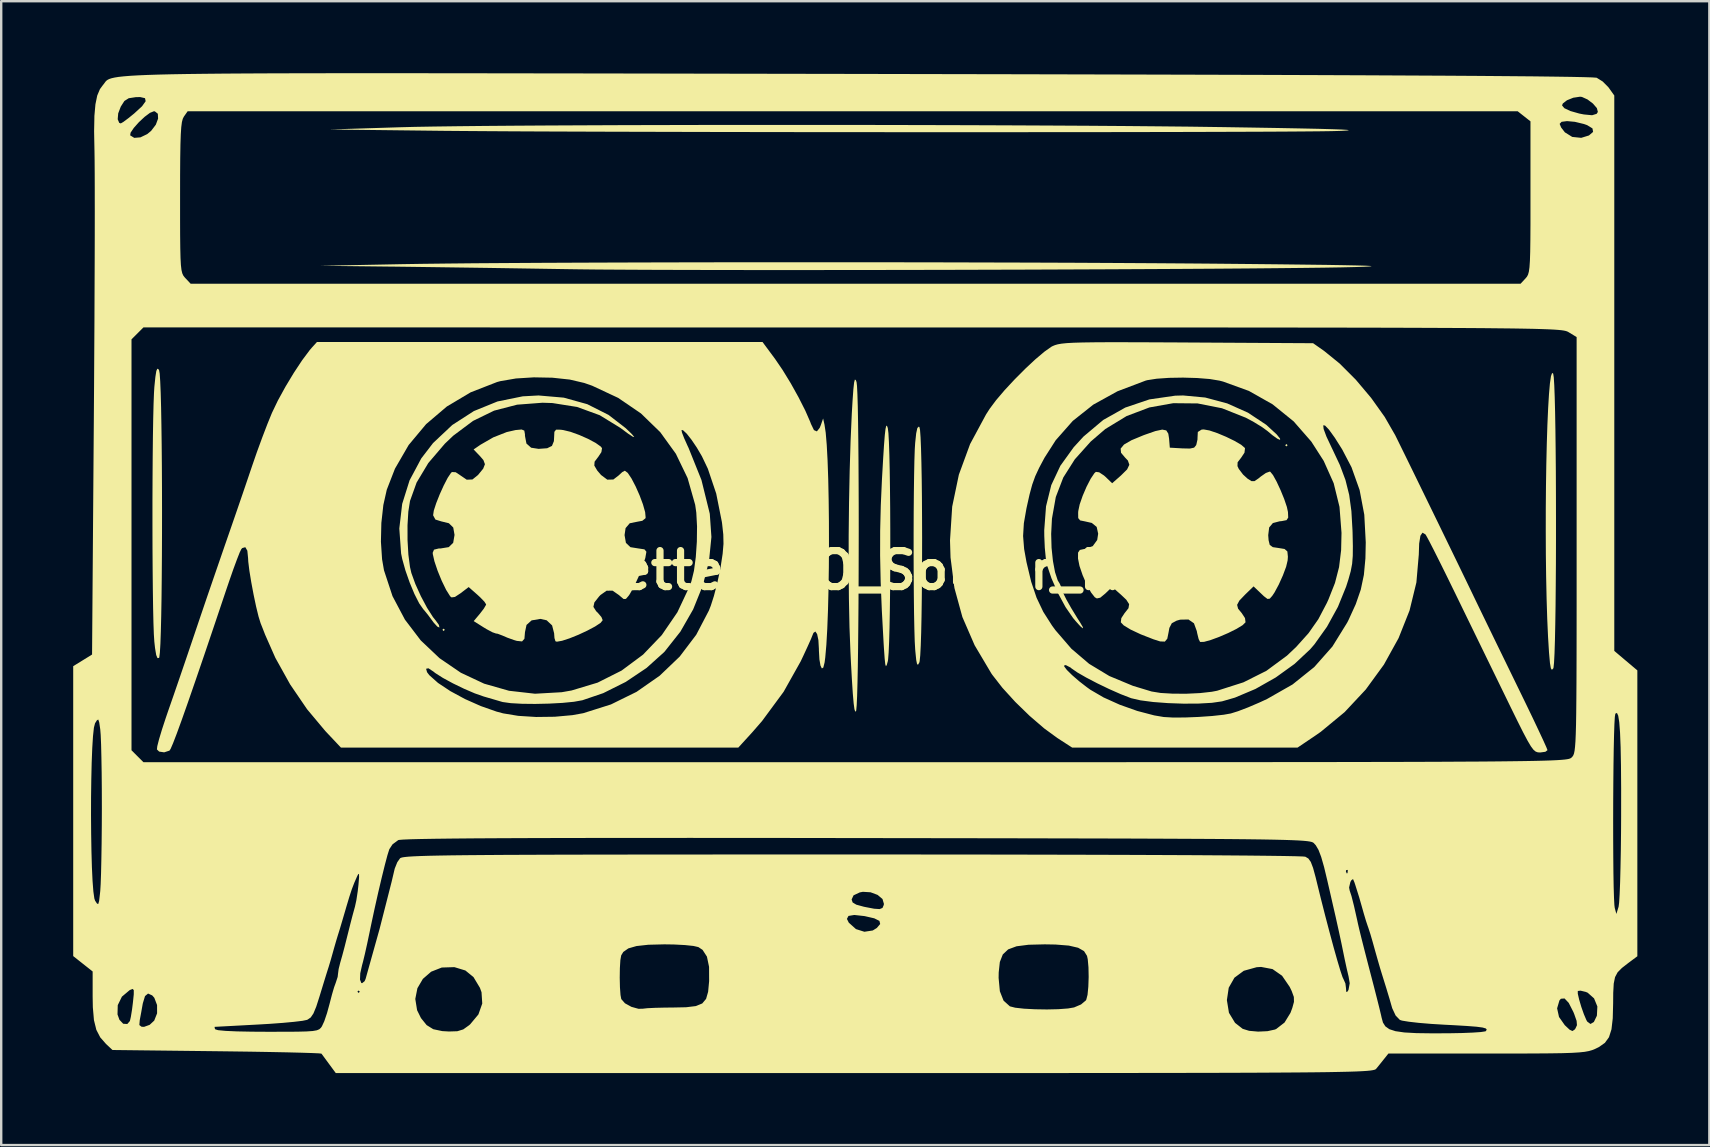
<source format=kicad_pcb>
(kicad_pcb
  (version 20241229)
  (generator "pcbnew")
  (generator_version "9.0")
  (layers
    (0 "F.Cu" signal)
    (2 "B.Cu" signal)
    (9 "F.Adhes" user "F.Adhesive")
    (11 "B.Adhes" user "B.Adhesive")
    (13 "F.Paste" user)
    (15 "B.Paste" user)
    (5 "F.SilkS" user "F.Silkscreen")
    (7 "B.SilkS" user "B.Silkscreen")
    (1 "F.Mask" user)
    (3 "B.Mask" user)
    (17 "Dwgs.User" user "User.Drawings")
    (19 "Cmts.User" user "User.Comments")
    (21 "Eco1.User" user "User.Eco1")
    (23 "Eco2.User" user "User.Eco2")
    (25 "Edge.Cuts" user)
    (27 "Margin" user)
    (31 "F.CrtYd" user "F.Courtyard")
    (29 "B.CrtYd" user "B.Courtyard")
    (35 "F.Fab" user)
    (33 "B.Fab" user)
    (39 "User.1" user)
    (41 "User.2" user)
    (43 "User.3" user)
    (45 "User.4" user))
  (footprint "Cassette_SAO_Solder_Mask"
    (layer "F.Cu")
    (at 32.484 20.712)
    (property "Reference" "Cassette_SAO_Solder_Mask" (at 0 0 0) (layer "F.SilkS") (effects (font (size 1.5 1.5) (thickness 0.3))))
    (attr board_only exclude_from_pos_files exclude_from_bom)
    (fp_poly (pts (xy -17.001 2.479) (xy -17.051 2.53) (xy -17.102 2.479) (xy -17.051 2.429)) (stroke (width 0) (type solid)) (fill yes) (layer "F.SilkS"))
    (fp_poly (pts (xy 18.114 -5.212) (xy 18.063 -5.161) (xy 18.013 -5.212) (xy 18.063 -5.262)) (stroke (width 0) (type solid)) (fill yes) (layer "F.SilkS"))
    (fp_poly (pts (xy 1.454 -5.933) (xy 1.457 -5.92) (xy 1.482 -5.718) (xy 1.503 -5.341) (xy 1.521 -4.813) (xy 1.536 -4.161) (xy 1.547 -3.411) (xy 1.555 -2.59) (xy 1.559 -1.723) (xy 1.56 -0.836) (xy 1.557 0.043) (xy 1.551 0.891) (xy 1.541 1.679) (xy 1.528 2.382) (xy 1.511 2.974) (xy 1.491 3.429) (xy 1.468 3.72) (xy 1.455 3.795) (xy 1.411 3.95) (xy 1.377 3.996) (xy 1.35 3.91) (xy 1.325 3.672) (xy 1.296 3.261) (xy 1.282 3.036) (xy 1.208 1.686) (xy 1.159 0.487) (xy 1.136 -0.611) (xy 1.138 -1.658) (xy 1.164 -2.704) (xy 1.213 -3.799) (xy 1.218 -3.885) (xy 1.262 -4.647) (xy 1.299 -5.224) (xy 1.331 -5.633) (xy 1.361 -5.891) (xy 1.39 -6.016) (xy 1.42 -6.024)) (stroke (width 0) (type solid)) (fill yes) (layer "F.SilkS"))
    (fp_poly (pts (xy 2.773 -5.97) (xy 2.799 -5.846) (xy 2.821 -5.543) (xy 2.84 -5.086) (xy 2.856 -4.5) (xy 2.869 -3.809) (xy 2.878 -3.037) (xy 2.883 -2.208) (xy 2.886 -1.347) (xy 2.884 -0.478) (xy 2.88 0.374) (xy 2.872 1.186) (xy 2.861 1.933) (xy 2.847 2.591) (xy 2.829 3.135) (xy 2.808 3.542) (xy 2.783 3.786) (xy 2.771 3.838) (xy 2.715 3.934) (xy 2.675 3.907) (xy 2.64 3.733) (xy 2.605 3.385) (xy 2.597 3.292) (xy 2.578 2.957) (xy 2.563 2.451) (xy 2.55 1.806) (xy 2.541 1.054) (xy 2.535 0.226) (xy 2.532 -0.647) (xy 2.532 -1.532) (xy 2.535 -2.399) (xy 2.542 -3.215) (xy 2.552 -3.949) (xy 2.564 -4.57) (xy 2.58 -5.045) (xy 2.596 -5.302) (xy 2.639 -5.708) (xy 2.688 -5.93) (xy 2.747 -5.987)) (stroke (width 0) (type solid)) (fill yes) (layer "F.SilkS"))
    (fp_poly (pts (xy 0.122 -7.928) (xy 0.154 -7.843) (xy 0.173 -7.68) (xy 0.19 -7.338) (xy 0.205 -6.836) (xy 0.217 -6.196) (xy 0.227 -5.439) (xy 0.235 -4.585) (xy 0.24 -3.655) (xy 0.244 -2.67) (xy 0.245 -1.651) (xy 0.243 -0.619) (xy 0.24 0.406) (xy 0.235 1.402) (xy 0.227 2.349) (xy 0.218 3.227) (xy 0.207 4.013) (xy 0.193 4.688) (xy 0.178 5.23) (xy 0.16 5.619) (xy 0.141 5.833) (xy 0.134 5.864) (xy 0.099 5.889) (xy 0.066 5.785) (xy 0.033 5.538) (xy -0.002 5.134) (xy -0.039 4.561) (xy -0.081 3.805) (xy -0.101 3.388) (xy -0.14 2.363) (xy -0.164 1.183) (xy -0.175 -0.105) (xy -0.174 -1.454) (xy -0.159 -2.817) (xy -0.132 -4.148) (xy -0.094 -5.399) (xy -0.044 -6.524) (xy -0.011 -7.084) (xy 0.022 -7.546) (xy 0.053 -7.827) (xy 0.084 -7.947)) (stroke (width 0) (type solid)) (fill yes) (layer "F.SilkS"))
    (fp_poly (pts (xy 29.18 -8.192) (xy 29.204 -8.037) (xy 29.225 -7.703) (xy 29.243 -7.213) (xy 29.259 -6.588) (xy 29.272 -5.849) (xy 29.282 -5.02) (xy 29.29 -4.122) (xy 29.294 -3.176) (xy 29.296 -2.205) (xy 29.296 -1.231) (xy 29.293 -0.275) (xy 29.286 0.64) (xy 29.278 1.493) (xy 29.266 2.262) (xy 29.252 2.924) (xy 29.235 3.458) (xy 29.215 3.843) (xy 29.193 4.055) (xy 29.183 4.087) (xy 29.126 4.146) (xy 29.082 4.08) (xy 29.045 3.864) (xy 29.01 3.473) (xy 29.006 3.429) (xy 28.965 2.769) (xy 28.931 2.013) (xy 28.905 1.178) (xy 28.886 0.284) (xy 28.874 -0.651) (xy 28.87 -1.608) (xy 28.871 -2.568) (xy 28.879 -3.512) (xy 28.893 -4.421) (xy 28.913 -5.276) (xy 28.938 -6.059) (xy 28.969 -6.75) (xy 29.004 -7.331) (xy 29.043 -7.783) (xy 29.087 -8.087) (xy 29.135 -8.224)) (stroke (width 0) (type solid)) (fill yes) (layer "F.SilkS"))
    (fp_poly (pts (xy -28.925 -8.371) (xy -28.907 -8.342) (xy -28.881 -8.2) (xy -28.859 -7.879) (xy -28.839 -7.402) (xy -28.822 -6.79) (xy -28.809 -6.065) (xy -28.798 -5.25) (xy -28.79 -4.366) (xy -28.785 -3.436) (xy -28.783 -2.48) (xy -28.784 -1.521) (xy -28.788 -0.582) (xy -28.795 0.317) (xy -28.804 1.153) (xy -28.817 1.905) (xy -28.833 2.55) (xy -28.851 3.066) (xy -28.873 3.432) (xy -28.897 3.625) (xy -28.907 3.649) (xy -28.972 3.659) (xy -29.026 3.529) (xy -29.075 3.234) (xy -29.104 2.971) (xy -29.124 2.664) (xy -29.141 2.183) (xy -29.155 1.554) (xy -29.166 0.803) (xy -29.174 -0.041) (xy -29.18 -0.952) (xy -29.182 -1.903) (xy -29.182 -2.866) (xy -29.178 -3.815) (xy -29.172 -4.722) (xy -29.163 -5.56) (xy -29.151 -6.302) (xy -29.136 -6.922) (xy -29.118 -7.391) (xy -29.103 -7.634) (xy -29.06 -8.058) (xy -29.021 -8.305) (xy -28.978 -8.401)) (stroke (width 0) (type solid)) (fill yes) (layer "F.SilkS"))
    (fp_poly (pts (xy -12.044 -7.194) (xy -11.066 -6.922) (xy -10.178 -6.474) (xy -9.462 -5.921) (xy -9.207 -5.675) (xy -9.108 -5.555) (xy -9.16 -5.561) (xy -9.362 -5.693) (xy -9.693 -5.938) (xy -10.546 -6.462) (xy -11.49 -6.806) (xy -12.517 -6.969) (xy -12.931 -6.982) (xy -13.99 -6.901) (xy -14.948 -6.652) (xy -15.827 -6.224) (xy -16.649 -5.609) (xy -17.001 -5.274) (xy -17.689 -4.469) (xy -18.176 -3.657) (xy -18.451 -2.891) (xy -18.521 -2.446) (xy -18.555 -1.878) (xy -18.554 -1.256) (xy -18.519 -0.651) (xy -18.451 -0.134) (xy -18.395 0.11) (xy -18.228 0.572) (xy -17.999 1.077) (xy -17.743 1.558) (xy -17.494 1.949) (xy -17.374 2.099) (xy -17.247 2.275) (xy -17.225 2.382) (xy -17.225 2.384) (xy -17.312 2.346) (xy -17.461 2.183) (xy -17.518 2.106) (xy -17.707 1.851) (xy -17.871 1.65) (xy -17.895 1.625) (xy -18.069 1.376) (xy -18.267 0.986) (xy -18.465 0.51) (xy -18.642 0.005) (xy -18.776 -0.475) (xy -18.822 -0.701) (xy -18.897 -1.742) (xy -18.777 -2.767) (xy -18.469 -3.749) (xy -17.982 -4.662) (xy -17.491 -5.302) (xy -16.69 -6.055) (xy -15.79 -6.635) (xy -14.806 -7.035) (xy -13.754 -7.249) (xy -13.096 -7.285)) (stroke (width 0) (type solid)) (fill yes) (layer "F.SilkS"))
    (fp_poly (pts (xy 14.682 -7.199) (xy 15.597 -6.954) (xy 16.46 -6.569) (xy 17.221 -6.065) (xy 17.659 -5.662) (xy 17.799 -5.489) (xy 17.801 -5.433) (xy 17.687 -5.483) (xy 17.477 -5.633) (xy 17.284 -5.796) (xy 17.05 -5.967) (xy 16.71 -6.176) (xy 16.373 -6.358) (xy 15.38 -6.752) (xy 14.365 -6.953) (xy 13.35 -6.963) (xy 12.356 -6.786) (xy 11.405 -6.426) (xy 10.518 -5.886) (xy 9.909 -5.363) (xy 9.246 -4.622) (xy 8.767 -3.866) (xy 8.456 -3.055) (xy 8.295 -2.15) (xy 8.263 -1.518) (xy 8.279 -0.938) (xy 8.336 -0.391) (xy 8.424 0.078) (xy 8.536 0.42) (xy 8.617 0.552) (xy 8.699 0.736) (xy 8.703 0.775) (xy 8.755 0.931) (xy 8.895 1.214) (xy 9.101 1.579) (xy 9.349 1.985) (xy 9.468 2.171) (xy 9.584 2.369) (xy 9.583 2.419) (xy 9.477 2.331) (xy 9.278 2.111) (xy 9.175 1.987) (xy 8.861 1.532) (xy 8.549 0.956) (xy 8.276 0.334) (xy 8.094 -0.202) (xy 8.039 -0.507) (xy 7.997 -0.941) (xy 7.976 -1.432) (xy 7.974 -1.67) (xy 8.049 -2.666) (xy 8.267 -3.549) (xy 8.646 -4.356) (xy 9.201 -5.127) (xy 9.609 -5.572) (xy 10.43 -6.263) (xy 11.351 -6.781) (xy 12.356 -7.121) (xy 13.429 -7.276) (xy 13.762 -7.285)) (stroke (width 0) (type solid)) (fill yes) (layer "F.SilkS"))
    (fp_poly (pts (xy -0.671 -18.557) (xy 1.168 -18.555) (xy 2.993 -18.551) (xy 4.787 -18.546) (xy 6.535 -18.539) (xy 8.222 -18.531) (xy 9.832 -18.522) (xy 11.35 -18.511) (xy 12.76 -18.498) (xy 14.046 -18.485) (xy 15.194 -18.469) (xy 15.23 -18.469) (xy 16.558 -18.448) (xy 17.689 -18.429) (xy 18.63 -18.411) (xy 19.385 -18.395) (xy 19.961 -18.379) (xy 20.364 -18.365) (xy 20.599 -18.351) (xy 20.671 -18.337) (xy 20.588 -18.324) (xy 20.354 -18.31) (xy 20.239 -18.306) (xy 19.933 -18.298) (xy 19.437 -18.291) (xy 18.765 -18.285) (xy 17.93 -18.279) (xy 16.945 -18.274) (xy 15.823 -18.27) (xy 14.577 -18.266) (xy 13.22 -18.262) (xy 11.765 -18.26) (xy 10.225 -18.257) (xy 8.614 -18.256) (xy 6.944 -18.255) (xy 5.229 -18.254) (xy 3.481 -18.254) (xy 1.714 -18.255) (xy -0.06 -18.256) (xy -1.826 -18.257) (xy -3.573 -18.26) (xy -5.287 -18.262) (xy -6.955 -18.266) (xy -8.564 -18.27) (xy -10.101 -18.274) (xy -11.553 -18.279) (xy -12.906 -18.284) (xy -14.148 -18.29) (xy -15.265 -18.297) (xy -16.246 -18.304) (xy -17.075 -18.311) (xy -17.406 -18.315) (xy -21.808 -18.367) (xy -18.873 -18.46) (xy -18.253 -18.476) (xy -17.446 -18.49) (xy -16.467 -18.503) (xy -15.333 -18.515) (xy -14.058 -18.525) (xy -12.659 -18.534) (xy -11.15 -18.541) (xy -9.548 -18.548) (xy -7.867 -18.552) (xy -6.123 -18.556) (xy -4.333 -18.558) (xy -2.51 -18.558)) (stroke (width 0) (type solid)) (fill yes) (layer "F.SilkS"))
    (fp_poly (pts (xy -0.316 -12.836) (xy 1.645 -12.834) (xy 3.594 -12.831) (xy 5.514 -12.826) (xy 7.39 -12.821) (xy 9.204 -12.814) (xy 10.94 -12.805) (xy 12.582 -12.795) (xy 14.113 -12.784) (xy 15.078 -12.776) (xy 16.535 -12.762) (xy 17.795 -12.749) (xy 18.864 -12.736) (xy 19.75 -12.725) (xy 20.456 -12.713) (xy 20.99 -12.702) (xy 21.358 -12.692) (xy 21.564 -12.681) (xy 21.616 -12.67) (xy 21.52 -12.659) (xy 21.28 -12.647) (xy 20.904 -12.635) (xy 20.897 -12.635) (xy 20.347 -12.622) (xy 19.611 -12.61) (xy 18.704 -12.599) (xy 17.643 -12.588) (xy 16.444 -12.577) (xy 15.121 -12.567) (xy 13.693 -12.558) (xy 12.173 -12.55) (xy 10.58 -12.542) (xy 8.927 -12.535) (xy 7.232 -12.528) (xy 5.51 -12.523) (xy 3.777 -12.518) (xy 2.05 -12.515) (xy 0.344 -12.512) (xy -1.325 -12.511) (xy -2.941 -12.51) (xy -4.488 -12.511) (xy -5.949 -12.513) (xy -7.31 -12.516) (xy -8.553 -12.52) (xy -9.664 -12.526) (xy -10.625 -12.532) (xy -11.422 -12.541) (xy -11.84 -12.547) (xy -12.915 -12.564) (xy -14.055 -12.582) (xy -15.216 -12.6) (xy -16.353 -12.616) (xy -17.422 -12.631) (xy -18.38 -12.644) (xy -19.183 -12.654) (xy -19.227 -12.654) (xy -22.212 -12.688) (xy -18.772 -12.756) (xy -17.954 -12.769) (xy -16.95 -12.781) (xy -15.777 -12.793) (xy -14.451 -12.802) (xy -12.989 -12.811) (xy -11.407 -12.818) (xy -9.721 -12.824) (xy -7.948 -12.829) (xy -6.104 -12.833) (xy -4.207 -12.835) (xy -2.272 -12.836)) (stroke (width 0) (type solid)) (fill yes) (layer "F.SilkS"))
    (fp_poly (pts (xy -13.689 -5.821) (xy -13.662 -5.67) (xy -13.661 -5.599) (xy -13.6 -5.282) (xy -13.404 -5.108) (xy -13.093 -5.06) (xy -12.736 -5.086) (xy -12.537 -5.183) (xy -12.456 -5.382) (xy -12.447 -5.539) (xy -12.436 -5.77) (xy -12.365 -5.861) (xy -12.173 -5.858) (xy -12.068 -5.844) (xy -11.765 -5.771) (xy -11.402 -5.64) (xy -11.033 -5.477) (xy -10.715 -5.307) (xy -10.503 -5.156) (xy -10.451 -5.089) (xy -10.477 -4.925) (xy -10.613 -4.719) (xy -10.623 -4.708) (xy -10.76 -4.527) (xy -10.772 -4.363) (xy -10.65 -4.157) (xy -10.492 -3.972) (xy -10.231 -3.777) (xy -9.979 -3.783) (xy -9.765 -3.947) (xy -9.602 -4.097) (xy -9.501 -4.149) (xy -9.38 -4.06) (xy -9.223 -3.826) (xy -9.051 -3.497) (xy -8.884 -3.12) (xy -8.745 -2.746) (xy -8.654 -2.423) (xy -8.634 -2.201) (xy -8.642 -2.166) (xy -8.772 -2.063) (xy -8.983 -2.024) (xy -9.297 -1.96) (xy -9.469 -1.758) (xy -9.512 -1.467) (xy -9.455 -1.143) (xy -9.267 -0.964) (xy -8.936 -0.911) (xy -8.683 -0.873) (xy -8.602 -0.774) (xy -8.647 -0.516) (xy -8.765 -0.146) (xy -8.93 0.272) (xy -9.115 0.673) (xy -9.295 0.993) (xy -9.344 1.063) (xy -9.456 1.193) (xy -9.553 1.195) (xy -9.711 1.063) (xy -9.738 1.037) (xy -10.011 0.848) (xy -10.256 0.845) (xy -10.516 1.03) (xy -10.571 1.087) (xy -10.769 1.337) (xy -10.81 1.523) (xy -10.697 1.702) (xy -10.625 1.771) (xy -10.474 1.951) (xy -10.423 2.079) (xy -10.51 2.189) (xy -10.74 2.341) (xy -11.064 2.513) (xy -11.433 2.685) (xy -11.8 2.833) (xy -12.115 2.936) (xy -12.331 2.974) (xy -12.391 2.957) (xy -12.432 2.824) (xy -12.447 2.621) (xy -12.531 2.295) (xy -12.757 2.083) (xy -13.017 2.024) (xy -13.385 2.086) (xy -13.597 2.276) (xy -13.661 2.578) (xy -13.684 2.853) (xy -13.783 2.963) (xy -14.003 2.94) (xy -14.117 2.906) (xy -14.394 2.807) (xy -14.596 2.72) (xy -14.795 2.644) (xy -14.876 2.631) (xy -15.018 2.581) (xy -15.258 2.453) (xy -15.389 2.374) (xy -15.797 2.116) (xy -15.539 1.809) (xy -15.374 1.594) (xy -15.285 1.441) (xy -15.28 1.419) (xy -15.35 1.309) (xy -15.528 1.124) (xy -15.644 1.017) (xy -16.007 0.698) (xy -16.342 0.954) (xy -16.578 1.109) (xy -16.72 1.129) (xy -16.776 1.085) (xy -16.944 0.818) (xy -17.128 0.441) (xy -17.3 0.021) (xy -17.433 -0.374) (xy -17.502 -0.678) (xy -17.505 -0.734) (xy -17.451 -0.861) (xy -17.256 -0.909) (xy -17.173 -0.911) (xy -16.837 -0.966) (xy -16.652 -1.147) (xy -16.596 -1.475) (xy -16.649 -1.782) (xy -16.831 -1.961) (xy -17.153 -2.04) (xy -17.393 -2.115) (xy -17.487 -2.29) (xy -17.488 -2.295) (xy -17.46 -2.487) (xy -17.36 -2.796) (xy -17.214 -3.164) (xy -17.046 -3.535) (xy -16.882 -3.852) (xy -16.745 -4.057) (xy -16.703 -4.095) (xy -16.547 -4.086) (xy -16.354 -3.957) (xy -16.087 -3.775) (xy -15.849 -3.785) (xy -15.617 -3.972) (xy -15.402 -4.235) (xy -15.329 -4.421) (xy -15.393 -4.593) (xy -15.53 -4.752) (xy -15.801 -5.036) (xy -15.515 -5.232) (xy -14.98 -5.54) (xy -14.421 -5.76) (xy -14.052 -5.844) (xy -13.8 -5.867)) (stroke (width 0) (type solid)) (fill yes) (layer "F.SilkS"))
    (fp_poly (pts (xy 14.856 -5.827) (xy 15.184 -5.717) (xy 15.551 -5.563) (xy 15.901 -5.393) (xy 16.179 -5.231) (xy 16.33 -5.101) (xy 16.339 -5.084) (xy 16.317 -4.901) (xy 16.177 -4.69) (xy 16.031 -4.501) (xy 16.025 -4.342) (xy 16.079 -4.225) (xy 16.258 -3.99) (xy 16.443 -3.821) (xy 16.608 -3.716) (xy 16.736 -3.717) (xy 16.909 -3.835) (xy 16.992 -3.904) (xy 17.208 -4.055) (xy 17.366 -4.113) (xy 17.393 -4.106) (xy 17.506 -3.967) (xy 17.657 -3.693) (xy 17.82 -3.342) (xy 17.971 -2.973) (xy 18.083 -2.642) (xy 18.129 -2.429) (xy 18.139 -2.196) (xy 18.069 -2.09) (xy 17.866 -2.05) (xy 17.785 -2.043) (xy 17.5 -1.969) (xy 17.346 -1.786) (xy 17.306 -1.465) (xy 17.322 -1.252) (xy 17.37 -1.057) (xy 17.498 -0.965) (xy 17.734 -0.93) (xy 17.987 -0.889) (xy 18.104 -0.786) (xy 18.126 -0.565) (xy 18.115 -0.411) (xy 18.053 -0.15) (xy 17.919 0.209) (xy 17.747 0.592) (xy 17.568 0.924) (xy 17.475 1.063) (xy 17.37 1.182) (xy 17.274 1.192) (xy 17.127 1.08) (xy 17.008 0.967) (xy 16.696 0.67) (xy 16.343 1.012) (xy 16.104 1.262) (xy 16.01 1.439) (xy 16.051 1.599) (xy 16.204 1.785) (xy 16.339 1.991) (xy 16.361 2.166) (xy 16.361 2.166) (xy 16.239 2.286) (xy 15.982 2.442) (xy 15.64 2.612) (xy 15.266 2.773) (xy 14.911 2.904) (xy 14.628 2.982) (xy 14.468 2.984) (xy 14.466 2.982) (xy 14.407 2.864) (xy 14.347 2.621) (xy 14.331 2.534) (xy 14.212 2.207) (xy 13.982 2.049) (xy 13.637 2.056) (xy 13.489 2.098) (xy 13.289 2.205) (xy 13.188 2.399) (xy 13.155 2.58) (xy 13.101 2.85) (xy 12.999 2.97) (xy 12.802 2.963) (xy 12.524 2.874) (xy 11.997 2.668) (xy 11.573 2.469) (xy 11.284 2.293) (xy 11.164 2.166) (xy 11.186 1.991) (xy 11.321 1.785) (xy 11.321 1.785) (xy 11.484 1.579) (xy 11.511 1.411) (xy 11.393 1.226) (xy 11.17 1.015) (xy 10.804 0.693) (xy 10.516 0.969) (xy 10.308 1.141) (xy 10.167 1.172) (xy 10.082 1.124) (xy 9.923 0.922) (xy 9.743 0.591) (xy 9.573 0.201) (xy 9.443 -0.181) (xy 9.382 -0.485) (xy 9.381 -0.493) (xy 9.383 -0.738) (xy 9.459 -0.849) (xy 9.654 -0.891) (xy 9.664 -0.892) (xy 9.994 -1.007) (xy 10.181 -1.263) (xy 10.221 -1.525) (xy 10.159 -1.808) (xy 9.956 -1.974) (xy 9.664 -2.04) (xy 9.469 -2.079) (xy 9.39 -2.176) (xy 9.387 -2.397) (xy 9.392 -2.469) (xy 9.451 -2.747) (xy 9.575 -3.104) (xy 9.736 -3.48) (xy 9.908 -3.813) (xy 10.062 -4.044) (xy 10.125 -4.102) (xy 10.263 -4.083) (xy 10.464 -3.95) (xy 10.521 -3.9) (xy 10.804 -3.628) (xy 11.17 -3.95) (xy 11.427 -4.204) (xy 11.52 -4.398) (xy 11.459 -4.574) (xy 11.334 -4.706) (xy 11.174 -4.897) (xy 11.157 -5.07) (xy 11.298 -5.24) (xy 11.609 -5.42) (xy 12.103 -5.625) (xy 12.173 -5.651) (xy 12.607 -5.802) (xy 12.891 -5.863) (xy 13.059 -5.829) (xy 13.143 -5.694) (xy 13.175 -5.49) (xy 13.206 -5.11) (xy 13.729 -5.08) (xy 14.046 -5.073) (xy 14.218 -5.111) (xy 14.3 -5.209) (xy 14.314 -5.247) (xy 14.359 -5.449) (xy 14.361 -5.53) (xy 14.373 -5.764) (xy 14.53 -5.863) (xy 14.622 -5.869)) (stroke (width 0) (type solid)) (fill yes) (layer "F.SilkS"))
    (fp_poly (pts (xy -3.244 -8.812) (xy -2.928 -8.349) (xy -2.589 -7.795) (xy -2.263 -7.209) (xy -1.981 -6.653) (xy -1.777 -6.186) (xy -1.744 -6.097) (xy -1.62 -5.841) (xy -1.499 -5.788) (xy -1.381 -5.936) (xy -1.336 -6.046) (xy -1.239 -6.325) (xy -1.182 -6.072) (xy -1.131 -5.735) (xy -1.088 -5.225) (xy -1.053 -4.571) (xy -1.026 -3.8) (xy -1.008 -2.941) (xy -0.997 -2.024) (xy -0.995 -1.077) (xy -1 -0.128) (xy -1.014 0.794) (xy -1.036 1.659) (xy -1.066 2.44) (xy -1.104 3.108) (xy -1.15 3.633) (xy -1.177 3.838) (xy -1.231 4.053) (xy -1.292 4.088) (xy -1.349 3.968) (xy -1.393 3.713) (xy -1.414 3.348) (xy -1.415 3.27) (xy -1.436 2.907) (xy -1.488 2.659) (xy -1.561 2.55) (xy -1.641 2.607) (xy -1.68 2.701) (xy -1.747 2.868) (xy -1.881 3.167) (xy -2.058 3.55) (xy -2.174 3.795) (xy -2.885 5.062) (xy -3.784 6.281) (xy -4.196 6.755) (xy -4.773 7.387) (xy -13.05 7.387) (xy -21.328 7.387) (xy -21.98 6.696) (xy -22.739 5.789) (xy -23.447 4.751) (xy -23.808 4.102) (xy -17.781 4.102) (xy -17.741 4.245) (xy -17.65 4.366) (xy -17.284 4.692) (xy -16.771 5.033) (xy -16.161 5.363) (xy -15.502 5.656) (xy -14.847 5.886) (xy -14.572 5.96) (xy -13.942 6.064) (xy -13.198 6.111) (xy -12.419 6.101) (xy -11.686 6.035) (xy -11.233 5.953) (xy -10.078 5.588) (xy -9.011 5.063) (xy -8.05 4.393) (xy -7.215 3.595) (xy -6.526 2.686) (xy -6.001 1.682) (xy -5.919 1.475) (xy -5.789 1.07) (xy -5.655 0.555) (xy -5.539 0.019) (xy -5.505 -0.165) (xy -5.425 -0.689) (xy -5.39 -1.102) (xy -5.398 -1.49) (xy -5.447 -1.94) (xy -5.458 -2.019) (xy -5.693 -3.197) (xy -6.042 -4.234) (xy -6.289 -4.751) (xy -6.502 -5.114) (xy -6.723 -5.441) (xy -6.923 -5.694) (xy -7.075 -5.836) (xy -7.139 -5.847) (xy -7.12 -5.741) (xy -7.028 -5.502) (xy -6.882 -5.177) (xy -6.846 -5.102) (xy -6.308 -3.763) (xy -5.965 -2.374) (xy -5.96 -2.343) (xy -5.893 -1.388) (xy -5.994 -0.382) (xy -6.253 0.636) (xy -6.654 1.628) (xy -7.186 2.556) (xy -7.837 3.38) (xy -7.865 3.411) (xy -8.597 4.069) (xy -9.463 4.65) (xy -10.4 5.118) (xy -11.269 5.414) (xy -11.62 5.477) (xy -12.1 5.524) (xy -12.657 5.554) (xy -13.237 5.567) (xy -13.786 5.561) (xy -14.253 5.535) (xy -14.583 5.489) (xy -14.633 5.476) (xy -14.918 5.392) (xy -15.272 5.289) (xy -15.382 5.257) (xy -15.753 5.127) (xy -16.201 4.934) (xy -16.665 4.709) (xy -17.084 4.481) (xy -17.398 4.281) (xy -17.481 4.215) (xy -17.684 4.082) (xy -17.781 4.102) (xy -23.808 4.102) (xy -24.061 3.648) (xy -24.488 2.682) (xy -24.585 2.432) (xy -24.676 2.203) (xy -24.762 1.925) (xy -24.864 1.507) (xy -24.969 1.009) (xy -25.066 0.491) (xy -25.144 0.014) (xy -25.19 -0.363) (xy -25.198 -0.511) (xy -25.229 -0.819) (xy -25.313 -0.963) (xy -25.44 -0.927) (xy -25.479 -0.884) (xy -25.545 -0.749) (xy -25.66 -0.457) (xy -25.812 -0.045) (xy -25.985 0.451) (xy -26.09 0.759) (xy -26.583 2.225) (xy -27.015 3.502) (xy -27.389 4.594) (xy -27.705 5.507) (xy -27.965 6.243) (xy -28.171 6.808) (xy -28.324 7.205) (xy -28.425 7.439) (xy -28.472 7.512) (xy -28.694 7.584) (xy -28.903 7.553) (xy -28.996 7.463) (xy -28.981 7.328) (xy -28.907 7.039) (xy -28.785 6.632) (xy -28.625 6.144) (xy -28.531 5.869) (xy -28.315 5.249) (xy -28.061 4.51) (xy -27.794 3.728) (xy -27.539 2.977) (xy -27.422 2.631) (xy -27.182 1.92) (xy -26.901 1.095) (xy -26.605 0.234) (xy -26.322 -0.587) (xy -26.158 -1.063) (xy -26.113 -1.192) (xy -19.663 -1.192) (xy -19.615 -0.461) (xy -19.535 0) (xy -19.18 1.077) (xy -18.663 2.054) (xy -18.004 2.92) (xy -17.221 3.661) (xy -16.334 4.267) (xy -15.363 4.723) (xy -14.325 5.019) (xy -13.242 5.142) (xy -12.131 5.079) (xy -11.72 5.007) (xy -10.635 4.68) (xy -9.637 4.178) (xy -8.741 3.513) (xy -7.961 2.699) (xy -7.311 1.749) (xy -6.806 0.676) (xy -6.726 0.455) (xy -6.62 0.019) (xy -6.544 -0.551) (xy -6.5 -1.19) (xy -6.492 -1.83) (xy -6.523 -2.406) (xy -6.569 -2.729) (xy -6.886 -3.844) (xy -7.375 -4.857) (xy -8.026 -5.757) (xy -8.83 -6.537) (xy -9.778 -7.184) (xy -10.862 -7.691) (xy -11.191 -7.806) (xy -11.794 -7.947) (xy -12.518 -8.025) (xy -13.29 -8.04) (xy -14.038 -7.993) (xy -14.69 -7.881) (xy -14.825 -7.844) (xy -15.925 -7.415) (xy -16.915 -6.826) (xy -17.78 -6.09) (xy -18.506 -5.222) (xy -19.078 -4.235) (xy -19.419 -3.358) (xy -19.562 -2.721) (xy -19.645 -1.972) (xy -19.663 -1.192) (xy -26.113 -1.192) (xy -25.913 -1.769) (xy -25.653 -2.521) (xy -25.401 -3.256) (xy -25.178 -3.912) (xy -25.035 -4.334) (xy -24.831 -4.924) (xy -24.606 -5.538) (xy -24.389 -6.105) (xy -24.206 -6.553) (xy -24.203 -6.56) (xy -23.957 -7.073) (xy -23.642 -7.647) (xy -23.293 -8.226) (xy -22.944 -8.754) (xy -22.63 -9.174) (xy -22.535 -9.285) (xy -22.329 -9.512) (xy -13.046 -9.512) (xy -3.763 -9.512)) (stroke (width 0) (type solid)) (fill yes) (layer "F.SilkS"))
    (fp_poly (pts (xy 11.429 -9.503) (xy 12.345 -9.5) (xy 13.439 -9.495) (xy 13.94 -9.492) (xy 19.176 -9.462) (xy 19.632 -9.143) (xy 20.286 -8.612) (xy 20.955 -7.942) (xy 21.594 -7.184) (xy 22.158 -6.393) (xy 22.599 -5.627) (xy 22.782 -5.255) (xy 23.038 -4.734) (xy 23.35 -4.096) (xy 23.703 -3.372) (xy 24.082 -2.595) (xy 24.47 -1.798) (xy 24.852 -1.012) (xy 25.212 -0.271) (xy 25.534 0.394) (xy 25.802 0.95) (xy 25.905 1.164) (xy 26.113 1.595) (xy 26.391 2.168) (xy 26.717 2.84) (xy 27.074 3.573) (xy 27.44 4.324) (xy 27.715 4.889) (xy 28.036 5.549) (xy 28.326 6.15) (xy 28.572 6.67) (xy 28.765 7.083) (xy 28.892 7.365) (xy 28.942 7.492) (xy 28.942 7.494) (xy 28.854 7.561) (xy 28.641 7.59) (xy 28.635 7.59) (xy 28.538 7.584) (xy 28.45 7.553) (xy 28.358 7.476) (xy 28.25 7.332) (xy 28.113 7.101) (xy 27.932 6.76) (xy 27.696 6.29) (xy 27.391 5.669) (xy 27.205 5.287) (xy 26.814 4.484) (xy 26.374 3.582) (xy 25.919 2.647) (xy 25.48 1.746) (xy 25.092 0.948) (xy 25.024 0.81) (xy 24.722 0.192) (xy 24.444 -0.368) (xy 24.205 -0.844) (xy 24.017 -1.21) (xy 23.894 -1.437) (xy 23.857 -1.497) (xy 23.734 -1.568) (xy 23.647 -1.44) (xy 23.595 -1.113) (xy 23.58 -0.658) (xy 23.48 0.505) (xy 23.195 1.674) (xy 22.738 2.824) (xy 22.126 3.93) (xy 21.371 4.966) (xy 20.49 5.908) (xy 19.495 6.73) (xy 19.262 6.892) (xy 18.528 7.387) (xy 13.833 7.387) (xy 9.139 7.387) (xy 8.52 6.987) (xy 7.966 6.582) (xy 7.364 6.063) (xy 6.768 5.484) (xy 6.232 4.896) (xy 5.81 4.354) (xy 5.773 4.301) (xy 5.596 4.003) (xy 8.804 4.003) (xy 8.917 4.152) (xy 9.133 4.365) (xy 9.42 4.615) (xy 9.75 4.871) (xy 9.895 4.975) (xy 10.445 5.296) (xy 11.122 5.601) (xy 11.852 5.86) (xy 12.558 6.045) (xy 12.953 6.112) (xy 13.333 6.134) (xy 13.841 6.132) (xy 14.409 6.109) (xy 14.969 6.07) (xy 15.452 6.017) (xy 15.747 5.965) (xy 16.048 5.871) (xy 16.467 5.711) (xy 16.938 5.509) (xy 17.255 5.363) (xy 18.32 4.756) (xy 19.224 4.031) (xy 19.98 3.176) (xy 20.595 2.182) (xy 20.65 2.075) (xy 20.954 1.409) (xy 21.163 0.804) (xy 21.292 0.191) (xy 21.356 -0.496) (xy 21.37 -1.164) (xy 21.309 -2.316) (xy 21.114 -3.346) (xy 20.776 -4.295) (xy 20.387 -5.038) (xy 20.077 -5.529) (xy 19.837 -5.861) (xy 19.674 -6.032) (xy 19.598 -6.041) (xy 19.615 -5.887) (xy 19.733 -5.57) (xy 19.96 -5.089) (xy 19.961 -5.088) (xy 20.291 -4.388) (xy 20.525 -3.762) (xy 20.68 -3.143) (xy 20.772 -2.465) (xy 20.818 -1.66) (xy 20.821 -1.568) (xy 20.833 -1.011) (xy 20.829 -0.598) (xy 20.802 -0.268) (xy 20.744 0.036) (xy 20.65 0.374) (xy 20.552 0.681) (xy 20.21 1.523) (xy 19.754 2.352) (xy 19.229 3.088) (xy 19.052 3.293) (xy 18.402 3.901) (xy 17.622 4.463) (xy 16.775 4.943) (xy 15.92 5.304) (xy 15.38 5.46) (xy 14.959 5.521) (xy 14.407 5.552) (xy 13.778 5.556) (xy 13.128 5.533) (xy 12.512 5.487) (xy 11.985 5.418) (xy 11.602 5.33) (xy 11.587 5.325) (xy 11.161 5.16) (xy 10.677 4.946) (xy 10.183 4.708) (xy 9.725 4.469) (xy 9.35 4.253) (xy 9.105 4.083) (xy 9.071 4.052) (xy 8.882 3.954) (xy 8.822 3.947) (xy 8.804 4.003) (xy 5.596 4.003) (xy 5.074 3.123) (xy 4.564 1.947) (xy 4.233 0.74) (xy 4.07 -0.531) (xy 4.048 -1.246) (xy 4.06 -1.43) (xy 7.093 -1.43) (xy 7.136 -0.888) (xy 7.235 -0.339) (xy 7.429 0.472) (xy 7.654 1.141) (xy 7.934 1.73) (xy 8.297 2.299) (xy 8.44 2.495) (xy 9.105 3.266) (xy 9.844 3.896) (xy 10.687 4.405) (xy 11.668 4.813) (xy 12.447 5.049) (xy 12.823 5.11) (xy 13.33 5.14) (xy 13.901 5.142) (xy 14.466 5.115) (xy 14.957 5.06) (xy 15.179 5.017) (xy 16.274 4.667) (xy 17.233 4.186) (xy 18.087 3.556) (xy 18.468 3.196) (xy 18.987 2.618) (xy 19.395 2.035) (xy 19.751 1.357) (xy 19.816 1.214) (xy 20.088 0.525) (xy 20.258 -0.134) (xy 20.344 -0.842) (xy 20.36 -1.561) (xy 20.276 -2.644) (xy 20.034 -3.628) (xy 19.618 -4.559) (xy 19.102 -5.363) (xy 18.365 -6.206) (xy 17.488 -6.916) (xy 16.501 -7.474) (xy 15.429 -7.863) (xy 15.28 -7.902) (xy 14.871 -7.97) (xy 14.343 -8.012) (xy 13.758 -8.029) (xy 13.176 -8.019) (xy 12.659 -7.983) (xy 12.266 -7.922) (xy 12.194 -7.902) (xy 11.025 -7.459) (xy 10.018 -6.903) (xy 9.163 -6.225) (xy 8.452 -5.419) (xy 7.986 -4.691) (xy 7.762 -4.271) (xy 7.599 -3.92) (xy 7.474 -3.573) (xy 7.363 -3.162) (xy 7.242 -2.622) (xy 7.233 -2.58) (xy 7.125 -1.962) (xy 7.093 -1.43) (xy 4.06 -1.43) (xy 4.139 -2.652) (xy 4.417 -3.985) (xy 4.885 -5.261) (xy 5.549 -6.494) (xy 5.7 -6.729) (xy 5.966 -7.086) (xy 6.323 -7.505) (xy 6.739 -7.952) (xy 7.176 -8.391) (xy 7.6 -8.787) (xy 7.977 -9.106) (xy 8.269 -9.313) (xy 8.328 -9.344) (xy 8.425 -9.384) (xy 8.542 -9.417) (xy 8.699 -9.444) (xy 8.912 -9.466) (xy 9.198 -9.482) (xy 9.576 -9.493) (xy 10.062 -9.5) (xy 10.674 -9.504)) (stroke (width 0) (type solid)) (fill yes) (layer "F.SilkS"))
    (fp_poly (pts (xy -18.785 -20.712) (xy -17.072 -20.71) (xy -15.205 -20.708) (xy -13.177 -20.705) (xy -10.982 -20.702) (xy -8.612 -20.698) (xy -6.062 -20.693) (xy -3.324 -20.688) (xy -0.391 -20.683) (xy 0.163 -20.682) (xy 3.495 -20.675) (xy 6.626 -20.669) (xy 9.559 -20.662) (xy 12.295 -20.655) (xy 14.836 -20.648) (xy 17.184 -20.641) (xy 19.341 -20.633) (xy 21.308 -20.625) (xy 23.088 -20.616) (xy 24.682 -20.608) (xy 26.092 -20.599) (xy 27.32 -20.589) (xy 28.368 -20.58) (xy 29.238 -20.569) (xy 29.932 -20.559) (xy 30.451 -20.548) (xy 30.797 -20.537) (xy 30.972 -20.525) (xy 30.994 -20.521) (xy 31.244 -20.365) (xy 31.479 -20.127) (xy 31.5 -20.099) (xy 31.725 -19.784) (xy 31.725 -8.213) (xy 31.725 3.358) (xy 32.205 3.764) (xy 32.686 4.17) (xy 32.686 10.125) (xy 32.686 16.08) (xy 32.307 16.363) (xy 32.042 16.569) (xy 31.864 16.749) (xy 31.757 16.949) (xy 31.702 17.218) (xy 31.681 17.603) (xy 31.677 18.043) (xy 31.661 18.667) (xy 31.608 19.125) (xy 31.504 19.453) (xy 31.334 19.688) (xy 31.084 19.864) (xy 30.922 19.943) (xy 30.802 19.991) (xy 30.666 20.03) (xy 30.493 20.062) (xy 30.265 20.086) (xy 29.959 20.105) (xy 29.556 20.118) (xy 29.035 20.126) (xy 28.376 20.131) (xy 27.558 20.134) (xy 26.561 20.134) (xy 26.401 20.134) (xy 22.314 20.134) (xy 22.131 20.363) (xy 21.94 20.602) (xy 21.803 20.77) (xy 21.779 20.791) (xy 21.736 20.809) (xy 21.667 20.826) (xy 21.563 20.842) (xy 21.416 20.856) (xy 21.218 20.869) (xy 20.961 20.881) (xy 20.638 20.891) (xy 20.24 20.9) (xy 19.759 20.909) (xy 19.187 20.916) (xy 18.516 20.922) (xy 17.738 20.927) (xy 16.845 20.932) (xy 15.83 20.936) (xy 14.683 20.939) (xy 13.398 20.941) (xy 11.965 20.943) (xy 10.378 20.945) (xy 8.627 20.946) (xy 6.706 20.947) (xy 4.605 20.947) (xy 2.318 20.947) (xy 0.057 20.947) (xy -21.544 20.947) (xy -21.824 20.568) (xy -21.997 20.332) (xy -22.116 20.171) (xy -22.141 20.138) (xy -22.247 20.126) (xy -22.534 20.113) (xy -22.982 20.099) (xy -23.569 20.084) (xy -24.275 20.07) (xy -25.079 20.056) (xy -25.959 20.044) (xy -26.513 20.037) (xy -30.848 19.986) (xy -31.118 19.733) (xy -31.357 19.461) (xy -31.521 19.144) (xy -31.55 19.022) (xy -26.595 19.022) (xy -26.583 19.091) (xy -26.564 19.126) (xy -26.442 19.161) (xy -26.135 19.19) (xy -25.661 19.211) (xy -25.037 19.223) (xy -24.384 19.227) (xy -23.679 19.226) (xy -23.148 19.223) (xy -22.766 19.213) (xy -22.503 19.195) (xy -22.333 19.165) (xy -22.23 19.122) (xy -22.164 19.061) (xy -22.121 18.999) (xy -22.023 18.787) (xy -21.909 18.45) (xy -21.803 18.063) (xy -21.75 17.859) (xy -18.231 17.859) (xy -18.156 18.328) (xy -17.994 18.656) (xy -17.758 18.949) (xy -17.482 19.12) (xy -17.107 19.199) (xy -16.827 19.215) (xy -16.479 19.204) (xy -16.232 19.128) (xy -15.989 18.954) (xy -15.943 18.914) (xy -15.601 18.504) (xy -15.441 18.05) (xy -15.471 17.58) (xy -15.538 17.395) (xy -15.79 16.975) (xy -9.713 16.975) (xy -9.704 17.37) (xy -9.681 17.692) (xy -9.649 17.864) (xy -9.495 18.04) (xy -9.226 18.188) (xy -8.931 18.27) (xy -8.753 18.266) (xy -8.569 18.245) (xy -8.237 18.229) (xy -7.811 18.219) (xy -7.525 18.217) (xy -6.948 18.205) (xy -6.542 18.156) (xy -6.275 18.047) (xy -6.115 17.856) (xy -6.03 17.56) (xy -5.99 17.137) (xy -5.988 17.112) (xy -5.989 16.982) (xy 6.073 16.982) (xy 6.125 17.539) (xy 6.279 17.929) (xy 6.539 18.164) (xy 6.546 18.168) (xy 6.765 18.224) (xy 7.132 18.265) (xy 7.59 18.289) (xy 8.085 18.297) (xy 8.561 18.286) (xy 8.965 18.256) (xy 9.216 18.213) (xy 9.507 18.089) (xy 9.707 17.921) (xy 9.715 17.908) (xy 15.584 17.908) (xy 15.67 18.436) (xy 15.924 18.855) (xy 16.242 19.104) (xy 16.511 19.187) (xy 16.885 19.22) (xy 17.274 19.202) (xy 17.586 19.134) (xy 17.64 19.11) (xy 17.986 18.842) (xy 18.233 18.44) (xy 18.31 18.234) (xy 18.379 17.981) (xy 18.374 17.776) (xy 18.285 17.531) (xy 18.2 17.355) (xy 17.883 16.892) (xy 17.486 16.615) (xy 17.01 16.525) (xy 16.823 16.537) (xy 16.288 16.686) (xy 15.898 16.974) (xy 15.661 17.391) (xy 15.584 17.908) (xy 9.715 17.908) (xy 9.725 17.891) (xy 9.778 17.687) (xy 9.811 17.348) (xy 9.825 16.944) (xy 9.817 16.54) (xy 9.787 16.206) (xy 9.756 16.064) (xy 9.632 15.866) (xy 9.386 15.726) (xy 8.999 15.636) (xy 8.447 15.592) (xy 7.994 15.584) (xy 7.32 15.601) (xy 6.82 15.665) (xy 6.471 15.794) (xy 6.247 16.006) (xy 6.124 16.32) (xy 6.077 16.753) (xy 6.073 16.982) (xy -5.989 16.982) (xy -5.991 16.521) (xy -6.08 16.095) (xy -6.262 15.814) (xy -6.437 15.698) (xy -6.641 15.651) (xy -6.996 15.614) (xy -7.452 15.59) (xy -7.852 15.584) (xy -8.522 15.601) (xy -9.014 15.655) (xy -9.354 15.753) (xy -9.565 15.901) (xy -9.652 16.044) (xy -9.687 16.244) (xy -9.707 16.577) (xy -9.713 16.975) (xy -15.79 16.975) (xy -15.805 16.949) (xy -16.144 16.673) (xy -16.592 16.537) (xy -16.612 16.534) (xy -17.128 16.55) (xy -17.57 16.724) (xy -17.915 17.023) (xy -18.143 17.412) (xy -18.231 17.859) (xy -21.75 17.859) (xy -21.705 17.686) (xy -21.668 17.557) (xy -20.644 17.557) (xy -20.593 17.608) (xy -20.543 17.557) (xy -20.593 17.507) (xy -20.644 17.557) (xy -21.668 17.557) (xy -21.612 17.369) (xy -21.544 17.182) (xy -21.543 17.179) (xy -21.502 17.053) (xy -20.535 17.053) (xy -20.481 17.193) (xy -20.448 17.203) (xy -20.344 17.12) (xy -20.302 17.026) (xy -19.717 14.936) (xy -19.612 14.524) (xy -0.247 14.524) (xy -0.169 14.681) (xy 0.13 14.949) (xy 0.481 15.06) (xy 0.83 15.006) (xy 1 14.901) (xy 1.139 14.737) (xy 1.107 14.607) (xy 0.893 14.5) (xy 0.488 14.407) (xy 0.479 14.406) (xy 0.061 14.36) (xy -0.182 14.4) (xy -0.247 14.524) (xy -19.612 14.524) (xy -19.405 13.714) (xy -0.051 13.714) (xy -0.009 13.839) (xy 0.144 13.931) (xy 0.451 14.015) (xy 0.506 14.027) (xy 0.888 14.1) (xy 1.117 14.115) (xy 1.235 14.067) (xy 1.286 13.948) (xy 1.295 13.9) (xy 1.235 13.695) (xy 1.031 13.524) (xy 0.739 13.415) (xy 0.419 13.395) (xy 0.288 13.42) (xy 0.029 13.542) (xy -0.051 13.714) (xy -19.405 13.714) (xy -19.218 12.98) (xy -19.088 12.429) (xy -18.981 12.162) (xy -18.866 11.999) (xy -18.832 11.979) (xy -18.767 11.961) (xy -18.662 11.945) (xy -18.508 11.93) (xy -18.297 11.917) (xy -18.02 11.905) (xy -17.669 11.894) (xy -17.236 11.885) (xy -16.711 11.876) (xy -16.086 11.869) (xy -15.353 11.863) (xy -14.504 11.857) (xy -13.529 11.853) (xy -12.42 11.849) (xy -11.169 11.846) (xy -9.767 11.844) (xy -8.206 11.842) (xy -6.477 11.841) (xy -4.572 11.84) (xy -2.482 11.84) (xy -0.199 11.84) (xy -0.05 11.84) (xy 2.144 11.84) (xy 4.235 11.842) (xy 6.218 11.844) (xy 8.084 11.848) (xy 9.826 11.852) (xy 11.437 11.857) (xy 12.91 11.863) (xy 14.238 11.869) (xy 15.413 11.877) (xy 16.428 11.885) (xy 17.276 11.894) (xy 17.95 11.903) (xy 18.443 11.913) (xy 18.746 11.923) (xy 18.852 11.933) (xy 18.979 12.008) (xy 19.08 12.15) (xy 19.175 12.399) (xy 19.283 12.796) (xy 19.313 12.92) (xy 19.494 13.656) (xy 19.679 14.384) (xy 19.861 15.077) (xy 20.031 15.708) (xy 20.183 16.247) (xy 20.309 16.669) (xy 20.401 16.946) (xy 20.448 17.046) (xy 20.522 17.214) (xy 20.546 17.401) (xy 20.558 17.569) (xy 20.606 17.555) (xy 20.651 17.483) (xy 20.702 17.205) (xy 20.655 16.926) (xy 20.58 16.609) (xy 20.492 16.203) (xy 20.438 15.938) (xy 20.356 15.538) (xy 20.249 15.04) (xy 20.138 14.541) (xy 20.123 14.471) (xy 20.008 13.97) (xy 19.888 13.444) (xy 19.835 13.214) (xy 20.676 13.214) (xy 20.699 13.339) (xy 20.777 13.577) (xy 20.88 13.984) (xy 21.013 14.574) (xy 21.045 14.724) (xy 21.1 14.96) (xy 21.195 15.347) (xy 21.321 15.843) (xy 21.465 16.403) (xy 21.555 16.748) (xy 21.702 17.312) (xy 21.833 17.825) (xy 21.939 18.247) (xy 22.009 18.539) (xy 22.031 18.639) (xy 22.087 18.843) (xy 22.187 19.001) (xy 22.353 19.119) (xy 22.608 19.202) (xy 22.976 19.255) (xy 23.479 19.283) (xy 24.142 19.292) (xy 24.861 19.289) (xy 25.382 19.279) (xy 25.829 19.261) (xy 26.164 19.238) (xy 26.349 19.21) (xy 26.371 19.201) (xy 26.411 19.139) (xy 26.375 19.09) (xy 26.24 19.05) (xy 25.983 19.016) (xy 25.582 18.985) (xy 25.012 18.951) (xy 24.674 18.934) (xy 24.099 18.899) (xy 23.582 18.856) (xy 23.163 18.808) (xy 22.882 18.762) (xy 22.792 18.733) (xy 22.615 18.55) (xy 22.475 18.25) (xy 29.343 18.25) (xy 29.422 18.61) (xy 29.662 18.951) (xy 29.863 19.14) (xy 29.981 19.196) (xy 30.071 19.137) (xy 30.107 19.09) (xy 30.17 18.953) (xy 30.155 18.772) (xy 30.055 18.487) (xy 30.019 18.4) (xy 29.827 18.023) (xy 29.653 17.839) (xy 29.501 17.85) (xy 29.439 17.922) (xy 29.343 18.25) (xy 22.475 18.25) (xy 22.472 18.242) (xy 22.456 18.188) (xy 22.358 17.847) (xy 22.261 17.527) (xy 30.204 17.527) (xy 30.205 17.643) (xy 30.261 17.885) (xy 30.351 18.19) (xy 30.458 18.494) (xy 30.561 18.736) (xy 30.598 18.802) (xy 30.733 18.902) (xy 30.874 18.819) (xy 30.994 18.571) (xy 31.001 18.548) (xy 31.02 18.172) (xy 30.882 17.835) (xy 30.617 17.6) (xy 30.537 17.566) (xy 30.321 17.514) (xy 30.204 17.527) (xy 22.261 17.527) (xy 22.231 17.426) (xy 22.146 17.153) (xy 22.044 16.825) (xy 21.959 16.547) (xy 21.874 16.253) (xy 21.768 15.879) (xy 21.658 15.483) (xy 21.564 15.16) (xy 21.477 14.892) (xy 21.453 14.825) (xy 21.379 14.604) (xy 21.285 14.289) (xy 21.251 14.167) (xy 21.096 13.624) (xy 20.929 13.094) (xy 20.899 13.004) (xy 20.839 12.862) (xy 20.774 12.909) (xy 20.73 12.984) (xy 20.676 13.214) (xy 19.835 13.214) (xy 19.785 12.998) (xy 19.775 12.953) (xy 19.678 12.548) (xy 20.543 12.548) (xy 20.58 12.632) (xy 20.61 12.616) (xy 20.622 12.496) (xy 20.61 12.481) (xy 20.55 12.495) (xy 20.543 12.548) (xy 19.678 12.548) (xy 19.634 12.364) (xy 19.513 11.941) (xy 19.402 11.65) (xy 19.288 11.456) (xy 19.201 11.361) (xy 19.169 11.339) (xy 19.119 11.319) (xy 19.042 11.301) (xy 18.929 11.284) (xy 18.772 11.269) (xy 18.561 11.255) (xy 18.289 11.243) (xy 17.947 11.232) (xy 17.526 11.222) (xy 17.017 11.213) (xy 16.412 11.205) (xy 15.703 11.198) (xy 14.88 11.192) (xy 13.935 11.187) (xy 12.86 11.182) (xy 11.645 11.177) (xy 10.283 11.173) (xy 8.764 11.17) (xy 7.08 11.166) (xy 5.222 11.163) (xy 3.183 11.16) (xy 0.952 11.157) (xy 0.166 11.156) (xy -2.348 11.152) (xy -4.665 11.15) (xy -6.789 11.149) (xy -8.724 11.15) (xy -10.475 11.151) (xy -12.048 11.153) (xy -13.446 11.157) (xy -14.674 11.162) (xy -15.736 11.168) (xy -16.639 11.176) (xy -17.385 11.185) (xy -17.981 11.195) (xy -18.429 11.206) (xy -18.736 11.219) (xy -18.906 11.233) (xy -18.94 11.24) (xy -19.179 11.417) (xy -19.313 11.621) (xy -19.391 11.867) (xy -19.499 12.275) (xy -19.631 12.809) (xy -19.778 13.433) (xy -19.93 14.111) (xy -20.079 14.806) (xy -20.135 15.078) (xy -20.235 15.553) (xy -20.331 15.984) (xy -20.411 16.315) (xy -20.448 16.451) (xy -20.524 16.789) (xy -20.535 17.053) (xy -21.502 17.053) (xy -21.465 16.939) (xy -21.453 16.832) (xy -21.425 16.615) (xy -21.359 16.35) (xy -21.272 16.045) (xy -21.176 15.684) (xy -21.157 15.609) (xy -21.057 15.211) (xy -20.953 14.799) (xy -20.941 14.749) (xy -20.85 14.398) (xy -20.761 14.072) (xy -20.745 14.016) (xy -20.686 13.745) (xy -20.629 13.37) (xy -20.599 13.105) (xy -20.573 12.787) (xy -20.576 12.648) (xy -20.613 12.667) (xy -20.655 12.751) (xy -20.776 13.028) (xy -20.877 13.293) (xy -20.981 13.611) (xy -21.111 14.045) (xy -21.146 14.167) (xy -21.264 14.568) (xy -21.369 14.923) (xy -21.443 15.161) (xy -21.449 15.179) (xy -21.527 15.436) (xy -21.624 15.773) (xy -21.656 15.888) (xy -21.751 16.226) (xy -21.84 16.523) (xy -21.864 16.596) (xy -21.93 16.805) (xy -22.036 17.148) (xy -22.163 17.563) (xy -22.217 17.741) (xy -22.358 18.181) (xy -22.475 18.464) (xy -22.587 18.63) (xy -22.718 18.72) (xy -22.747 18.732) (xy -22.931 18.77) (xy -23.279 18.812) (xy -23.75 18.856) (xy -24.308 18.897) (xy -24.785 18.925) (xy -25.362 18.956) (xy -25.865 18.983) (xy -26.26 19.004) (xy -26.514 19.018) (xy -26.595 19.022) (xy -31.55 19.022) (xy -31.569 18.947) (xy -29.728 18.947) (xy -29.637 19.017) (xy -29.532 19.022) (xy -29.299 18.938) (xy -29.109 18.762) (xy -28.989 18.459) (xy -28.99 18.112) (xy -29.105 17.81) (xy -29.193 17.711) (xy -29.365 17.634) (xy -29.492 17.74) (xy -29.582 18.037) (xy -29.592 18.088) (xy -29.652 18.425) (xy -29.709 18.729) (xy -29.712 18.746) (xy -29.728 18.947) (xy -31.569 18.947) (xy -31.62 18.74) (xy -31.64 18.504) (xy -30.638 18.504) (xy -30.557 18.728) (xy -30.4 18.893) (xy -30.23 18.903) (xy -30.122 18.779) (xy -30.082 18.605) (xy -30.033 18.302) (xy -29.996 18.008) (xy -29.961 17.669) (xy -29.96 17.493) (xy -30.004 17.442) (xy -30.104 17.479) (xy -30.137 17.496) (xy -30.455 17.764) (xy -30.628 18.118) (xy -30.638 18.504) (xy -31.64 18.504) (xy -31.666 18.206) (xy -31.674 17.756) (xy -31.674 16.714) (xy -32.079 16.394) (xy -32.484 16.073) (xy -32.484 10.213) (xy -31.742 10.213) (xy -31.736 10.977) (xy -31.724 11.705) (xy -31.705 12.368) (xy -31.678 12.937) (xy -31.644 13.381) (xy -31.603 13.672) (xy -31.573 13.763) (xy -31.491 13.887) (xy -31.44 13.902) (xy -31.405 13.779) (xy -31.371 13.491) (xy -31.357 13.358) (xy -31.34 13.079) (xy -31.324 12.633) (xy -31.311 12.054) (xy -31.3 11.376) (xy -31.293 10.634) (xy -31.292 10.42) (xy 31.678 10.42) (xy 31.679 11.199) (xy 31.683 11.937) (xy 31.689 12.607) (xy 31.699 13.184) (xy 31.713 13.639) (xy 31.729 13.946) (xy 31.744 14.065) (xy 31.812 14.318) (xy 31.905 14.015) (xy 31.927 13.843) (xy 31.948 13.496) (xy 31.968 12.998) (xy 31.984 12.375) (xy 31.998 11.655) (xy 32.007 10.862) (xy 32.01 10.271) (xy 32.011 9.11) (xy 32.004 8.143) (xy 31.989 7.363) (xy 31.965 6.76) (xy 31.932 6.328) (xy 31.889 6.058) (xy 31.836 5.942) (xy 31.773 5.971) (xy 31.768 5.979) (xy 31.748 6.109) (xy 31.73 6.414) (xy 31.715 6.868) (xy 31.702 7.444) (xy 31.692 8.113) (xy 31.685 8.851) (xy 31.68 9.629) (xy 31.678 10.42) (xy -31.292 10.42) (xy -31.29 9.917) (xy -31.292 9.158) (xy -31.298 8.439) (xy -31.309 7.794) (xy -31.316 7.498) (xy -30.055 7.498) (xy -29.807 7.746) (xy -29.558 7.994) (xy 0.097 7.994) (xy 2.997 7.994) (xy 5.702 7.994) (xy 8.218 7.994) (xy 10.553 7.994) (xy 12.713 7.993) (xy 14.704 7.993) (xy 16.535 7.992) (xy 18.211 7.99) (xy 19.74 7.989) (xy 21.128 7.986) (xy 22.382 7.984) (xy 23.51 7.981) (xy 24.518 7.977) (xy 25.413 7.972) (xy 26.202 7.968) (xy 26.891 7.962) (xy 27.488 7.955) (xy 27.999 7.948) (xy 28.432 7.94) (xy 28.793 7.931) (xy 29.089 7.921) (xy 29.327 7.91) (xy 29.513 7.898) (xy 29.656 7.885) (xy 29.761 7.871) (xy 29.835 7.856) (xy 29.886 7.839) (xy 29.919 7.821) (xy 29.943 7.802) (xy 29.954 7.792) (xy 29.989 7.753) (xy 30.021 7.702) (xy 30.048 7.627) (xy 30.071 7.514) (xy 30.09 7.351) (xy 30.107 7.125) (xy 30.12 6.823) (xy 30.131 6.432) (xy 30.139 5.939) (xy 30.145 5.331) (xy 30.15 4.595) (xy 30.153 3.718) (xy 30.155 2.688) (xy 30.156 1.491) (xy 30.156 0.114) (xy 30.156 -1.064) (xy 30.156 -9.718) (xy 29.827 -9.918) (xy 29.793 -9.938) (xy 29.752 -9.956) (xy 29.698 -9.973) (xy 29.623 -9.989) (xy 29.521 -10.004) (xy 29.385 -10.017) (xy 29.207 -10.03) (xy 28.982 -10.041) (xy 28.702 -10.051) (xy 28.359 -10.061) (xy 27.948 -10.069) (xy 27.462 -10.077) (xy 26.892 -10.083) (xy 26.233 -10.09) (xy 25.478 -10.095) (xy 24.619 -10.099) (xy 23.65 -10.103) (xy 22.564 -10.107) (xy 21.353 -10.11) (xy 20.012 -10.112) (xy 18.532 -10.114) (xy 16.908 -10.116) (xy 15.131 -10.117) (xy 13.197 -10.118) (xy 11.096 -10.118) (xy 8.823 -10.119) (xy 6.37 -10.119) (xy 3.731 -10.119) (xy 0.899 -10.119) (xy -0.03 -10.119) (xy -29.558 -10.12) (xy -29.807 -9.871) (xy -30.055 -9.623) (xy -30.055 -1.063) (xy -30.055 7.498) (xy -31.316 7.498) (xy -31.322 7.255) (xy -31.339 6.854) (xy -31.357 6.628) (xy -31.4 6.335) (xy -31.439 6.217) (xy -31.496 6.248) (xy -31.575 6.375) (xy -31.621 6.555) (xy -31.659 6.906) (xy -31.69 7.401) (xy -31.714 8.009) (xy -31.73 8.7) (xy -31.74 9.445) (xy -31.742 10.213) (xy -32.484 10.213) (xy -32.484 10.034) (xy -32.484 3.994) (xy -32.091 3.752) (xy -31.698 3.509) (xy -31.625 -6.215) (xy -31.615 -7.64) (xy -31.607 -9.034) (xy -31.599 -10.382) (xy -31.594 -11.667) (xy -31.589 -12.87) (xy -31.586 -13.975) (xy -31.585 -14.966) (xy -31.586 -15.543) (xy -28.031 -15.543) (xy -28.031 -14.664) (xy -28.029 -13.965) (xy -28.023 -13.423) (xy -28.013 -13.016) (xy -27.997 -12.721) (xy -27.973 -12.515) (xy -27.94 -12.376) (xy -27.897 -12.281) (xy -27.841 -12.208) (xy -27.811 -12.175) (xy -27.591 -11.941) (xy 0.115 -11.941) (xy 27.821 -11.941) (xy 28.027 -12.163) (xy 28.085 -12.232) (xy 28.131 -12.318) (xy 28.166 -12.443) (xy 28.192 -12.63) (xy 28.21 -12.9) (xy 28.222 -13.276) (xy 28.229 -13.781) (xy 28.233 -14.436) (xy 28.233 -15.266) (xy 28.233 -15.545) (xy 28.233 -18.601) (xy 29.448 -18.601) (xy 29.512 -18.448) (xy 29.666 -18.249) (xy 29.668 -18.247) (xy 29.974 -18.057) (xy 30.348 -18.019) (xy 30.669 -18.118) (xy 30.842 -18.266) (xy 30.816 -18.412) (xy 30.594 -18.548) (xy 30.461 -18.595) (xy 30.084 -18.686) (xy 29.757 -18.716) (xy 29.529 -18.687) (xy 29.448 -18.601) (xy 28.233 -18.601) (xy 28.233 -18.706) (xy 27.967 -18.916) (xy 27.7 -19.126) (xy -0.008 -19.126) (xy -27.716 -19.126) (xy -27.874 -18.901) (xy -27.919 -18.812) (xy -27.955 -18.673) (xy -27.982 -18.462) (xy -28.002 -18.158) (xy -28.016 -17.74) (xy -28.025 -17.185) (xy -28.03 -16.471) (xy -28.031 -15.578) (xy -28.031 -15.543) (xy -31.586 -15.543) (xy -31.586 -15.826) (xy -31.588 -16.537) (xy -31.592 -17.082) (xy -31.597 -17.446) (xy -31.598 -17.492) (xy -31.61 -18.123) (xy -30.111 -18.123) (xy -29.941 -18.018) (xy -29.683 -18.039) (xy -29.398 -18.176) (xy -29.238 -18.309) (xy -29.042 -18.566) (xy -28.947 -18.821) (xy -28.958 -19.023) (xy -29.082 -19.122) (xy -29.123 -19.126) (xy -29.287 -19.06) (xy -29.511 -18.892) (xy -29.75 -18.668) (xy -29.959 -18.433) (xy -30.093 -18.234) (xy -30.111 -18.123) (xy -31.61 -18.123) (xy -31.613 -18.299) (xy -31.603 -18.793) (xy -30.63 -18.793) (xy -30.566 -18.642) (xy -30.502 -18.62) (xy -30.397 -18.68) (xy -30.186 -18.837) (xy -29.943 -19.034) (xy -29.615 -19.335) (xy -29.59 -19.37) (xy 29.549 -19.37) (xy 29.643 -19.255) (xy 29.896 -19.136) (xy 30.266 -19.031) (xy 30.46 -18.993) (xy 30.801 -18.961) (xy 30.989 -19.019) (xy 31.041 -19.098) (xy 31 -19.256) (xy 30.836 -19.447) (xy 30.608 -19.619) (xy 30.377 -19.723) (xy 30.298 -19.733) (xy 30.016 -19.69) (xy 29.753 -19.584) (xy 29.58 -19.449) (xy 29.549 -19.37) (xy -29.59 -19.37) (xy -29.465 -19.545) (xy -29.492 -19.671) (xy -29.694 -19.718) (xy -29.878 -19.714) (xy -30.171 -19.669) (xy -30.351 -19.555) (xy -30.502 -19.32) (xy -30.609 -19.039) (xy -30.63 -18.793) (xy -31.603 -18.793) (xy -31.601 -18.932) (xy -31.558 -19.416) (xy -31.483 -19.78) (xy -31.37 -20.049) (xy -31.243 -20.221) (xy -31.203 -20.27) (xy -31.169 -20.317) (xy -31.138 -20.36) (xy -31.1 -20.4) (xy -31.05 -20.437) (xy -30.981 -20.471) (xy -30.886 -20.502) (xy -30.759 -20.531) (xy -30.592 -20.558) (xy -30.379 -20.581) (xy -30.114 -20.603) (xy -29.788 -20.622) (xy -29.397 -20.639) (xy -28.932 -20.654) (xy -28.388 -20.667) (xy -27.757 -20.678) (xy -27.033 -20.687) (xy -26.209 -20.695) (xy -25.278 -20.701) (xy -24.233 -20.706) (xy -23.068 -20.709) (xy -21.777 -20.711) (xy -20.351 -20.712)) (stroke (width 0) (type solid)) (fill yes) (layer "F.SilkS")))
  (gr_rect
    (start -3 -3)
    (end 68.17 44.659)
    (stroke (width 0.1) (type default))
    (fill no)
    (layer "Edge.Cuts")))
</source>
